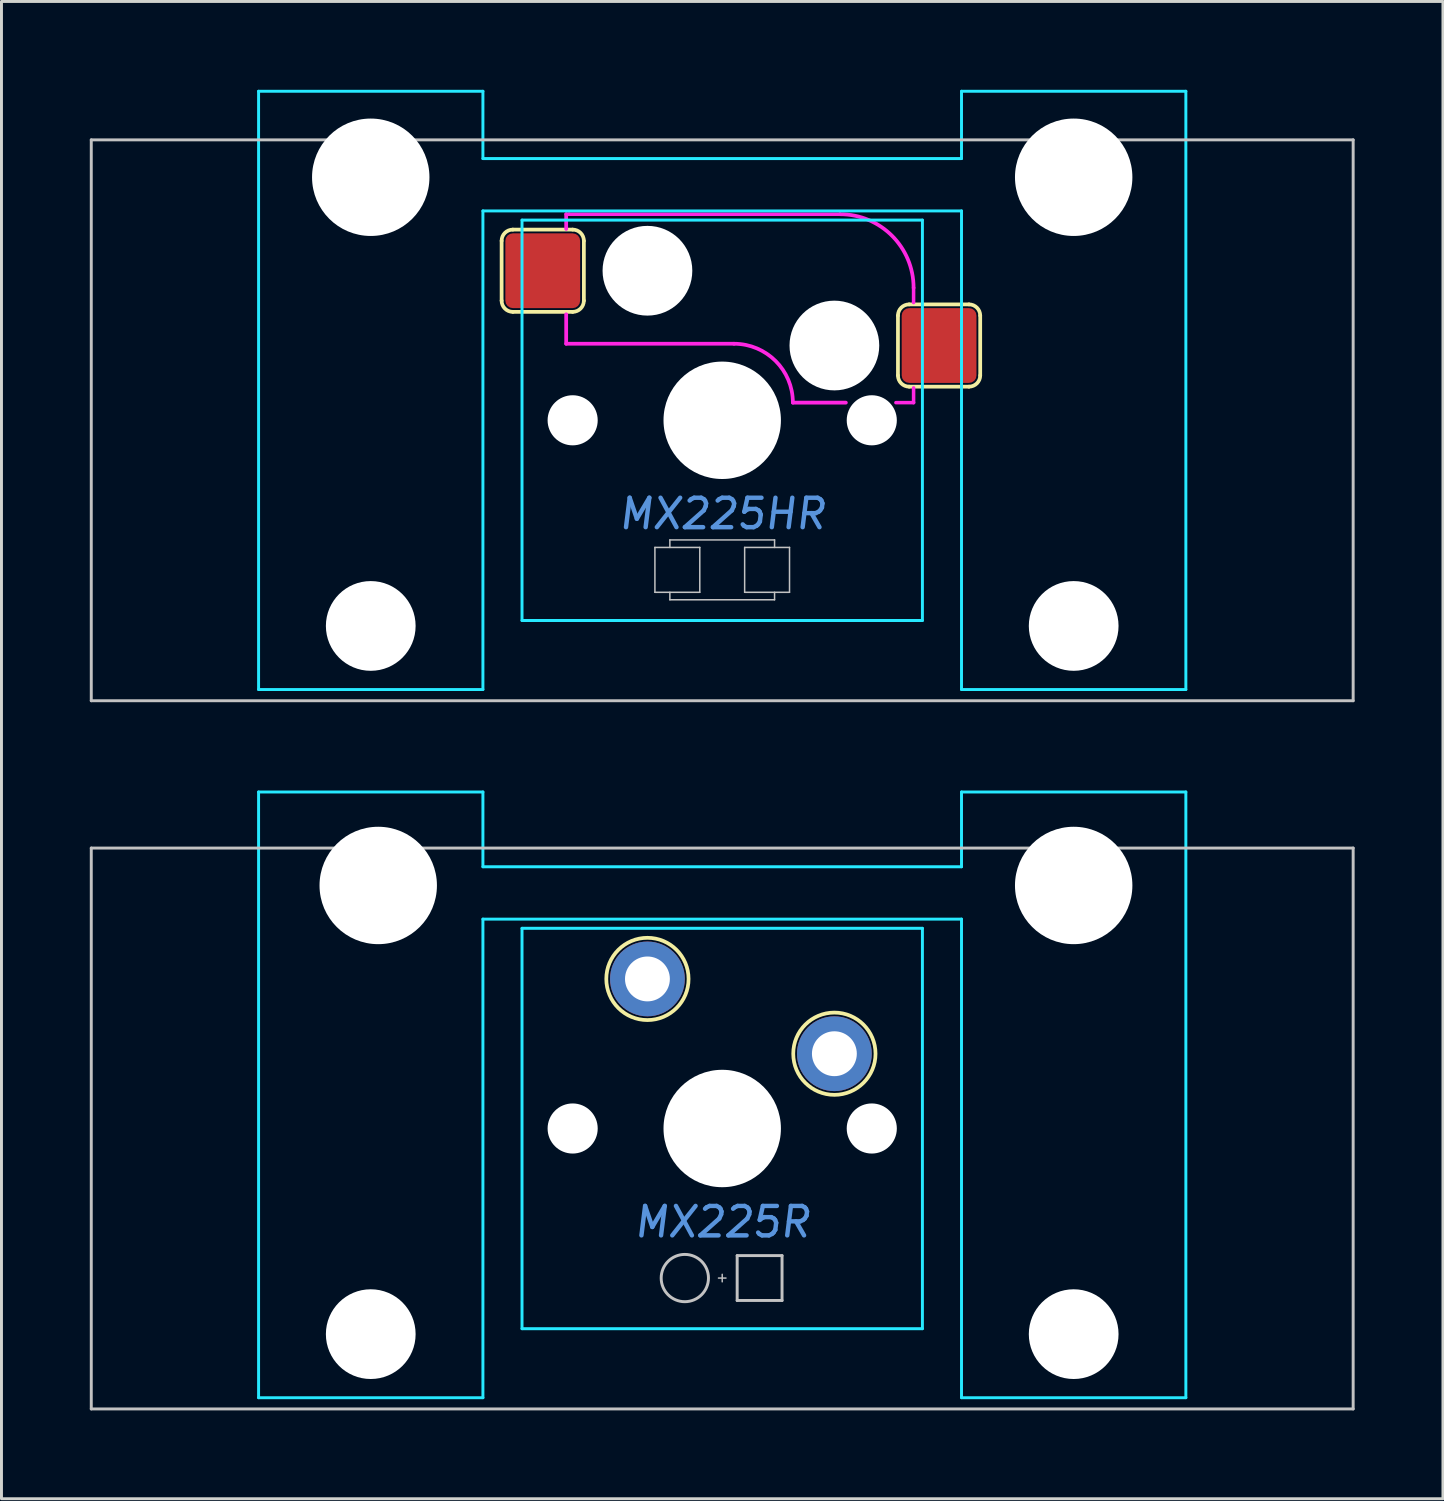
<source format=kicad_pcb>
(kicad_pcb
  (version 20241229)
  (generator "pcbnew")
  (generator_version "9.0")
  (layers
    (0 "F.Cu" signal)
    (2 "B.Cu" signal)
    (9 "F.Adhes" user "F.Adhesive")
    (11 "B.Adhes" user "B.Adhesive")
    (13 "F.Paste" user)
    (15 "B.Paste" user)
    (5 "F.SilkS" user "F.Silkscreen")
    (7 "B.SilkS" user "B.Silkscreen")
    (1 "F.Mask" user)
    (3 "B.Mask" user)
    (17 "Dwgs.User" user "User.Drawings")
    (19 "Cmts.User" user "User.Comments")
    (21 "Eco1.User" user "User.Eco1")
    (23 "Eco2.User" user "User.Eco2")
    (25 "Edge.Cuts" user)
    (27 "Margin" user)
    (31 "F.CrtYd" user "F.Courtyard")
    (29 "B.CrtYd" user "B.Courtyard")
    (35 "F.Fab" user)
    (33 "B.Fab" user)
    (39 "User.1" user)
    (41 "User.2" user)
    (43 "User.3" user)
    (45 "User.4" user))
  (footprint "MX225HR"
    (layer "F.Cu")
    (at 21.481 11.226)
    (property "Reference" "MX225HR" (at 0 3.175 0) (layer "Cmts.User") (effects (font (size 1 1) (thickness 0.15) (italic yes))))
    (attr through_hole)
    (fp_line (start -7.493 -6.096) (end -7.493 -4.064) (stroke (width 0.127) (type solid)) (layer "F.SilkS"))
    (fp_line (start -7.112 -3.683) (end -5.08 -3.683) (stroke (width 0.127) (type solid)) (layer "F.SilkS"))
    (fp_line (start -5.08 -6.477) (end -7.112 -6.477) (stroke (width 0.127) (type solid)) (layer "F.SilkS"))
    (fp_line (start -4.699 -4.064) (end -4.699 -6.096) (stroke (width 0.127) (type solid)) (layer "F.SilkS"))
    (fp_line (start 5.969 -3.556) (end 5.969 -1.524) (stroke (width 0.127) (type solid)) (layer "F.SilkS"))
    (fp_line (start 6.35 -1.143) (end 8.382 -1.143) (stroke (width 0.127) (type solid)) (layer "F.SilkS"))
    (fp_line (start 8.382 -3.937) (end 6.35 -3.937) (stroke (width 0.127) (type solid)) (layer "F.SilkS"))
    (fp_line (start 8.763 -1.524) (end 8.763 -3.556) (stroke (width 0.127) (type solid)) (layer "F.SilkS"))
    (fp_arc (start -7.493 -6.096) (mid -7.381408 -6.365408) (end -7.112 -6.477) (stroke (width 0.127) (type solid)) (layer "F.SilkS"))
    (fp_arc (start -7.112 -3.683) (mid -7.381408 -3.794592) (end -7.493 -4.064) (stroke (width 0.127) (type solid)) (layer "F.SilkS"))
    (fp_arc (start -5.08 -6.477) (mid -4.810592 -6.365408) (end -4.699 -6.096) (stroke (width 0.127) (type solid)) (layer "F.SilkS"))
    (fp_arc (start -4.699 -4.064) (mid -4.810592 -3.794592) (end -5.08 -3.683) (stroke (width 0.127) (type solid)) (layer "F.SilkS"))
    (fp_arc (start 5.969 -3.556) (mid 6.080592 -3.825408) (end 6.35 -3.937) (stroke (width 0.127) (type solid)) (layer "F.SilkS"))
    (fp_arc (start 6.35 -1.143) (mid 6.080592 -1.254592) (end 5.969 -1.524) (stroke (width 0.127) (type solid)) (layer "F.SilkS"))
    (fp_arc (start 8.382 -3.937) (mid 8.651408 -3.825408) (end 8.763 -3.556) (stroke (width 0.127) (type solid)) (layer "F.SilkS"))
    (fp_arc (start 8.763 -1.524) (mid 8.651408 -1.254592) (end 8.382 -1.143) (stroke (width 0.127) (type solid)) (layer "F.SilkS"))
    (fp_line (start -21.431 -9.525) (end -21.431 9.525) (stroke (width 0.1) (type solid)) (layer "Dwgs.User"))
    (fp_line (start -21.431 -9.525) (end 21.431 -9.525) (stroke (width 0.1) (type solid)) (layer "Dwgs.User"))
    (fp_line (start -21.431 9.525) (end 21.431 9.525) (stroke (width 0.1) (type solid)) (layer "Dwgs.User"))
    (fp_line (start -2.286 4.318) (end -0.762 4.318) (stroke (width 0.051) (type solid)) (layer "Dwgs.User"))
    (fp_line (start -2.286 5.842) (end -2.286 4.318) (stroke (width 0.051) (type solid)) (layer "Dwgs.User"))
    (fp_line (start -1.778 4.064) (end 1.778 4.064) (stroke (width 0.051) (type solid)) (layer "Dwgs.User"))
    (fp_line (start -1.778 4.318) (end -1.778 4.064) (stroke (width 0.051) (type solid)) (layer "Dwgs.User"))
    (fp_line (start -1.778 6.096) (end -1.778 5.842) (stroke (width 0.051) (type solid)) (layer "Dwgs.User"))
    (fp_line (start -0.762 4.318) (end -0.762 5.842) (stroke (width 0.051) (type solid)) (layer "Dwgs.User"))
    (fp_line (start -0.762 5.842) (end -2.286 5.842) (stroke (width 0.051) (type solid)) (layer "Dwgs.User"))
    (fp_line (start 0.762 4.318) (end 2.286 4.318) (stroke (width 0.051) (type solid)) (layer "Dwgs.User"))
    (fp_line (start 0.762 5.842) (end 0.762 4.318) (stroke (width 0.051) (type solid)) (layer "Dwgs.User"))
    (fp_line (start 1.778 4.064) (end 1.778 4.318) (stroke (width 0.051) (type solid)) (layer "Dwgs.User"))
    (fp_line (start 1.778 5.842) (end 1.778 6.096) (stroke (width 0.051) (type solid)) (layer "Dwgs.User"))
    (fp_line (start 1.778 6.096) (end -1.778 6.096) (stroke (width 0.051) (type solid)) (layer "Dwgs.User"))
    (fp_line (start 2.286 4.318) (end 2.286 5.842) (stroke (width 0.051) (type solid)) (layer "Dwgs.User"))
    (fp_line (start 2.286 5.842) (end 0.762 5.842) (stroke (width 0.051) (type solid)) (layer "Dwgs.User"))
    (fp_line (start 21.431 -9.525) (end 21.431 9.525) (stroke (width 0.1) (type solid)) (layer "Dwgs.User"))
    (fp_line (start -15.748 -11.176) (end -15.748 9.144) (stroke (width 0.1) (type solid)) (layer "B.CrtYd"))
    (fp_line (start -15.748 -11.176) (end -8.128 -11.176) (stroke (width 0.1) (type solid)) (layer "B.CrtYd"))
    (fp_line (start -8.128 -8.89) (end -8.128 -11.176) (stroke (width 0.1) (type solid)) (layer "B.CrtYd"))
    (fp_line (start -8.128 -7.112) (end -8.128 9.142) (stroke (width 0.1) (type solid)) (layer "B.CrtYd"))
    (fp_line (start -8.128 9.144) (end -15.748 9.144) (stroke (width 0.1) (type solid)) (layer "B.CrtYd"))
    (fp_line (start -6.8 -6.8) (end -6.8 6.8) (stroke (width 0.1) (type solid)) (layer "B.CrtYd"))
    (fp_line (start 6.8 -6.8) (end -6.8 -6.8) (stroke (width 0.1) (type solid)) (layer "B.CrtYd"))
    (fp_line (start 6.8 -6.8) (end 6.8 6.8) (stroke (width 0.1) (type solid)) (layer "B.CrtYd"))
    (fp_line (start 6.8 6.8) (end -6.8 6.8) (stroke (width 0.1) (type solid)) (layer "B.CrtYd"))
    (fp_line (start 8.128 -8.89) (end -8.128 -8.89) (stroke (width 0.1) (type solid)) (layer "B.CrtYd"))
    (fp_line (start 8.128 -8.89) (end 8.128 -11.176) (stroke (width 0.1) (type solid)) (layer "B.CrtYd"))
    (fp_line (start 8.128 -7.112) (end -8.128 -7.112) (stroke (width 0.1) (type solid)) (layer "B.CrtYd"))
    (fp_line (start 8.128 -7.112) (end 8.128 9.144) (stroke (width 0.1) (type solid)) (layer "B.CrtYd"))
    (fp_line (start 8.128 9.144) (end 15.748 9.144) (stroke (width 0.1) (type solid)) (layer "B.CrtYd"))
    (fp_line (start 15.748 -11.176) (end 8.128 -11.176) (stroke (width 0.1) (type solid)) (layer "B.CrtYd"))
    (fp_line (start 15.748 9.144) (end 15.748 -11.176) (stroke (width 0.1) (type solid)) (layer "B.CrtYd"))
    (fp_line (start -5.3 -7) (end -5.3 -6.5) (stroke (width 0.127) (type solid)) (layer "F.CrtYd"))
    (fp_line (start -5.3 -3.6) (end -5.3 -2.6) (stroke (width 0.127) (type solid)) (layer "F.CrtYd"))
    (fp_line (start -5.2 -7) (end -5.3 -7) (stroke (width 0.12) (type solid)) (layer "F.CrtYd"))
    (fp_line (start 0.4 -2.6) (end -5.3 -2.6) (stroke (width 0.127) (type solid)) (layer "F.CrtYd"))
    (fp_line (start 4 -7) (end -5.2 -7) (stroke (width 0.12) (type solid)) (layer "F.CrtYd"))
    (fp_line (start 4.2 -0.6) (end 2.4 -0.6) (stroke (width 0.127) (type solid)) (layer "F.CrtYd"))
    (fp_line (start 6.5 -4.5) (end 6.5 -4) (stroke (width 0.12) (type solid)) (layer "F.CrtYd"))
    (fp_line (start 6.5 -1.1) (end 6.5 -0.6) (stroke (width 0.12) (type solid)) (layer "F.CrtYd"))
    (fp_line (start 6.5 -0.6) (end 5.9 -0.6) (stroke (width 0.12) (type solid)) (layer "F.CrtYd"))
    (fp_arc (start 0.4 -2.6) (mid 1.814214 -2.014214) (end 2.4 -0.6) (stroke (width 0.127) (type solid)) (layer "F.CrtYd"))
    (fp_arc (start 4 -7) (mid 5.767767 -6.267767) (end 6.5 -4.5) (stroke (width 0.127) (type solid)) (layer "F.CrtYd"))
    (pad "" np_thru_hole circle (at -11.938 -8.255 180) (size 3.988 3.988) (drill 3.988) (layers "*.Cu" "*.Mask"))
    (pad "" np_thru_hole circle (at -11.938 6.985 180) (size 3.048 3.048) (drill 3.048) (layers "*.Cu" "*.Mask"))
    (pad "" np_thru_hole circle (at -5.08 0) (size 1.702 1.702) (drill 1.702) (layers "*.Cu" "*.Mask"))
    (pad "" np_thru_hole circle (at -2.54 -5.08) (size 3.048 3.048) (drill 3.048) (layers "*.Cu" "*.Mask"))
    (pad "" np_thru_hole circle (at 0 0) (size 3.988 3.988) (drill 3.988) (layers "*.Cu" "*.Mask"))
    (pad "" np_thru_hole circle (at 3.81 -2.54) (size 3.048 3.048) (drill 3.048) (layers "*.Cu" "*.Mask"))
    (pad "" np_thru_hole circle (at 5.08 0) (size 1.702 1.702) (drill 1.702) (layers "*.Cu" "*.Mask"))
    (pad "" np_thru_hole circle (at 11.938 -8.255 180) (size 3.988 3.988) (drill 3.988) (layers "*.Cu" "*.Mask"))
    (pad "" np_thru_hole circle (at 11.938 6.985 180) (size 3.048 3.048) (drill 3.048) (layers "*.Cu" "*.Mask"))
    (pad "1" smd roundrect (at -6.096 -5.08) (size 2.54 2.54) (layers "F.Cu" "F.Mask") (roundrect_rratio 0.1))
    (pad "2" smd roundrect (at 7.366 -2.54) (size 2.54 2.54) (layers "F.Cu" "F.Mask") (roundrect_rratio 0.1)))
  (footprint "MX225R"
    (layer "F.Cu")
    (at 21.481 35.281)
    (property "Reference" "MX225R" (at 0 3.175 0) (layer "Cmts.User") (effects (font (size 1 1) (thickness 0.15) (italic yes))))
    (attr through_hole)
    (fp_circle (center -2.54 -5.08) (end -1.143 -5.08) (stroke (width 0.127) (type solid)) (fill no) (layer "F.SilkS"))
    (fp_circle (center 3.81 -2.54) (end 5.207 -2.54) (stroke (width 0.127) (type solid)) (fill no) (layer "F.SilkS"))
    (fp_line (start -21.431 -9.525) (end -21.431 9.525) (stroke (width 0.1) (type solid)) (layer "Dwgs.User"))
    (fp_line (start -21.431 -9.525) (end 21.431 -9.525) (stroke (width 0.1) (type solid)) (layer "Dwgs.User"))
    (fp_line (start -21.431 9.525) (end 21.431 9.525) (stroke (width 0.1) (type solid)) (layer "Dwgs.User"))
    (fp_line (start -0.127 5.08) (end 0.127 5.08) (stroke (width 0.05) (type solid)) (layer "Dwgs.User"))
    (fp_line (start 0 5.207) (end 0 4.953) (stroke (width 0.05) (type solid)) (layer "Dwgs.User"))
    (fp_line (start 0.508 4.318) (end 0.508 5.842) (stroke (width 0.1) (type solid)) (layer "Dwgs.User"))
    (fp_line (start 0.508 4.318) (end 2.032 4.318) (stroke (width 0.1) (type solid)) (layer "Dwgs.User"))
    (fp_line (start 0.508 5.842) (end 2.032 5.842) (stroke (width 0.1) (type solid)) (layer "Dwgs.User"))
    (fp_line (start 2.032 5.842) (end 2.032 4.318) (stroke (width 0.1) (type solid)) (layer "Dwgs.User"))
    (fp_line (start 21.431 -9.525) (end 21.431 9.525) (stroke (width 0.1) (type solid)) (layer "Dwgs.User"))
    (fp_circle (center -1.27 5.08) (end -0.467 5.08) (stroke (width 0.1) (type solid)) (fill no) (layer "Dwgs.User"))
    (fp_line (start -15.748 -11.43) (end -8.128 -11.43) (stroke (width 0.1) (type solid)) (layer "B.CrtYd"))
    (fp_line (start -15.748 9.144) (end -15.748 -11.43) (stroke (width 0.1) (type solid)) (layer "B.CrtYd"))
    (fp_line (start -8.128 -11.43) (end -8.128 -8.89) (stroke (width 0.1) (type solid)) (layer "B.CrtYd"))
    (fp_line (start -8.128 9.144) (end -15.748 9.144) (stroke (width 0.1) (type solid)) (layer "B.CrtYd"))
    (fp_line (start -8.128 9.144) (end -8.128 -7.112) (stroke (width 0.1) (type solid)) (layer "B.CrtYd"))
    (fp_line (start -6.8 6.8) (end -6.8 -6.8) (stroke (width 0.1) (type solid)) (layer "B.CrtYd"))
    (fp_line (start 6.8 -6.8) (end -6.8 -6.8) (stroke (width 0.1) (type solid)) (layer "B.CrtYd"))
    (fp_line (start 6.8 6.8) (end -6.8 6.8) (stroke (width 0.1) (type solid)) (layer "B.CrtYd"))
    (fp_line (start 6.8 6.8) (end 6.8 -6.8) (stroke (width 0.1) (type solid)) (layer "B.CrtYd"))
    (fp_line (start 8.128 -11.43) (end 8.128 -8.89) (stroke (width 0.1) (type solid)) (layer "B.CrtYd"))
    (fp_line (start 8.128 -11.43) (end 15.748 -11.43) (stroke (width 0.1) (type solid)) (layer "B.CrtYd"))
    (fp_line (start 8.128 -8.89) (end -8.128 -8.89) (stroke (width 0.1) (type solid)) (layer "B.CrtYd"))
    (fp_line (start 8.128 -7.112) (end -8.128 -7.112) (stroke (width 0.1) (type solid)) (layer "B.CrtYd"))
    (fp_line (start 8.128 9.144) (end 8.128 -7.112) (stroke (width 0.1) (type solid)) (layer "B.CrtYd"))
    (fp_line (start 15.748 -11.43) (end 15.748 9.144) (stroke (width 0.1) (type solid)) (layer "B.CrtYd"))
    (fp_line (start 15.748 9.144) (end 8.128 9.144) (stroke (width 0.1) (type solid)) (layer "B.CrtYd"))
    (pad "" np_thru_hole circle (at -11.938 6.985 180) (size 3.048 3.048) (drill 3.048) (layers "*.Cu" "*.Mask"))
    (pad "" np_thru_hole circle (at -11.684 -8.255 180) (size 3.988 3.988) (drill 3.988) (layers "*.Cu" "*.Mask"))
    (pad "" np_thru_hole circle (at -5.08 0) (size 1.702 1.702) (drill 1.702) (layers "*.Cu" "*.Mask"))
    (pad "" np_thru_hole circle (at 0 0) (size 3.988 3.988) (drill 3.988) (layers "*.Cu" "*.Mask"))
    (pad "" np_thru_hole circle (at 5.08 0) (size 1.702 1.702) (drill 1.702) (layers "*.Cu" "*.Mask"))
    (pad "" np_thru_hole circle (at 11.938 -8.255 180) (size 3.988 3.988) (drill 3.988) (layers "*.Cu" "*.Mask"))
    (pad "" np_thru_hole circle (at 11.938 6.985 180) (size 3.048 3.048) (drill 3.048) (layers "*.Cu" "*.Mask"))
    (pad "1" thru_hole circle (at -2.54 -5.08) (size 2.54 2.54) (drill 1.524) (layers "*.Cu" "*.Mask"))
    (pad "2" thru_hole circle (at 3.81 -2.54) (size 2.54 2.54) (drill 1.524) (layers "*.Cu" "*.Mask")))
  (gr_rect
    (start -3 -3)
    (end 45.962 47.856)
    (stroke (width 0.1) (type default))
    (fill no)
    (layer "Edge.Cuts")))
</source>
